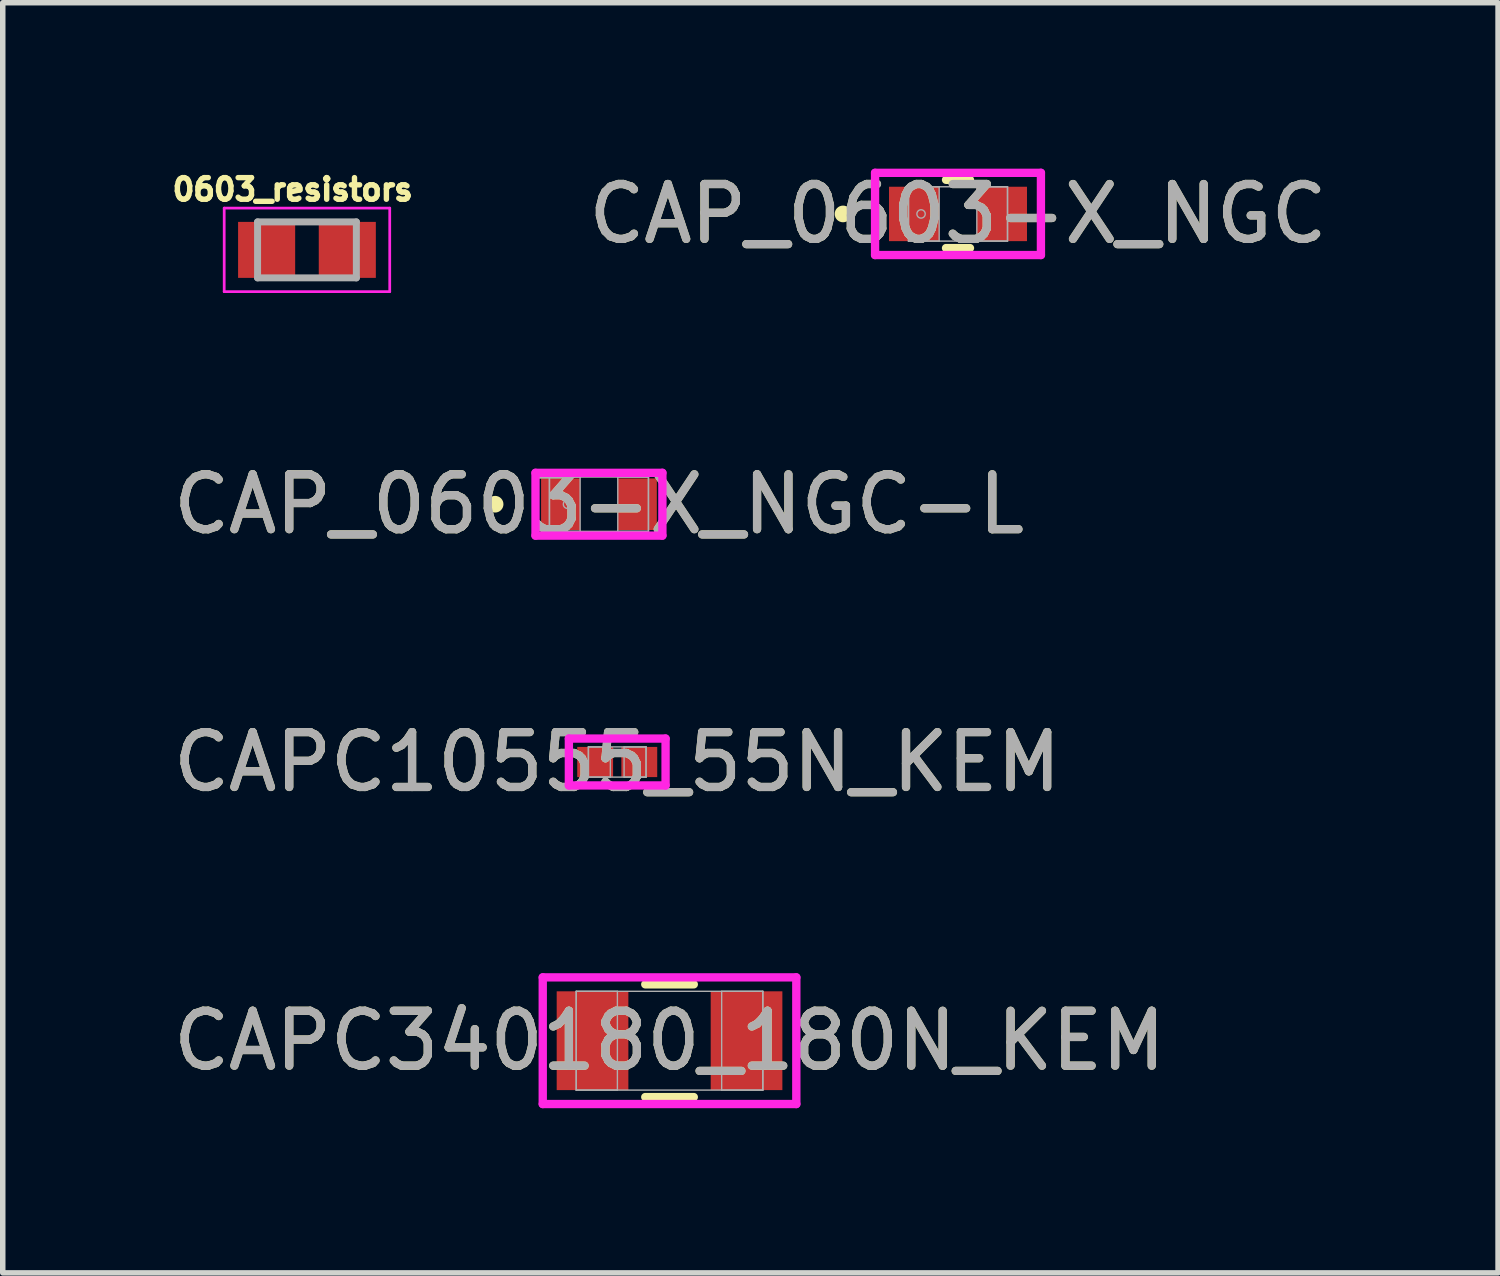
<source format=kicad_pcb>
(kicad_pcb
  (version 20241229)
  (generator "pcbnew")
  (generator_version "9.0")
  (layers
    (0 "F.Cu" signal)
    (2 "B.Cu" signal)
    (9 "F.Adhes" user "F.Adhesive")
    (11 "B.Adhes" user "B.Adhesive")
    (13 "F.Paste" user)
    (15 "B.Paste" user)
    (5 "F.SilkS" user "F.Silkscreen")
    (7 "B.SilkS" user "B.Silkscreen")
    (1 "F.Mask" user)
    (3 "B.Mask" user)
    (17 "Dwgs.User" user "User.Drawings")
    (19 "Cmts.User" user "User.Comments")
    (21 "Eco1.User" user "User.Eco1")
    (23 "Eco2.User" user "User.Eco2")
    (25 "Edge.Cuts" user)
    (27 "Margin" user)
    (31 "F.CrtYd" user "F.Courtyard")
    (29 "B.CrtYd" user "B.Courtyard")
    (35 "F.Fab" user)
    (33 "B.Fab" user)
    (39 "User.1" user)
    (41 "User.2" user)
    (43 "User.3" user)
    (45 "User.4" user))
  (footprint "0603_resistors"
    (layer "F.Cu")
    (at 2.543 1.503)
    (property "Reference" "0603_resistors" (at -0.26 -1.1 0) (layer "F.SilkS") (effects (font (size 0.394 0.394) (thickness 0.15))))
    (attr smd)
    (fp_line (start -1.508 -0.761) (end 1.508 -0.761) (stroke (width 0.05) (type solid)) (layer "F.CrtYd"))
    (fp_line (start -1.508 0.761) (end -1.508 -0.761) (stroke (width 0.05) (type solid)) (layer "F.CrtYd"))
    (fp_line (start -1.508 0.761) (end 1.508 0.761) (stroke (width 0.05) (type solid)) (layer "F.CrtYd"))
    (fp_line (start 1.508 0.761) (end 1.508 -0.761) (stroke (width 0.05) (type solid)) (layer "F.CrtYd"))
    (fp_line (start -0.9 0.51) (end -0.9 -0.51) (stroke (width 0.127) (type solid)) (layer "F.Fab"))
    (fp_line (start 0.9 -0.51) (end -0.9 -0.51) (stroke (width 0.127) (type solid)) (layer "F.Fab"))
    (fp_line (start 0.9 0.51) (end -0.9 0.51) (stroke (width 0.127) (type solid)) (layer "F.Fab"))
    (fp_line (start 0.9 0.51) (end 0.9 -0.51) (stroke (width 0.127) (type solid)) (layer "F.Fab"))
    (pad "1" smd rect (at -0.735 0) (size 1.04 1.02) (layers "F.Cu" "F.Mask" "F.Paste"))
    (pad "2" smd rect (at 0.735 0) (size 1.04 1.02) (layers "F.Cu" "F.Mask" "F.Paste")))
  (footprint "CAP_0603-X_NGC-L"
    (layer "F.Cu")
    (at 7.863 6.137)
    (property "Reference" "CAP_0603-X_NGC-L" (at 0 0 0) (unlocked yes) (layer "F.SilkS") (effects (font (size 1 1) (thickness 0.15))))
    (attr smd)
    (fp_circle (center -1.892 0) (end -1.816 0) (stroke (width 0.152) (type solid)) (fill no) (layer "F.SilkS"))
    (fp_line (start -1.156 -0.572) (end 1.156 -0.572) (stroke (width 0.152) (type solid)) (layer "F.CrtYd"))
    (fp_line (start -1.156 0.572) (end -1.156 -0.572) (stroke (width 0.152) (type solid)) (layer "F.CrtYd"))
    (fp_line (start 1.156 -0.572) (end 1.156 0.572) (stroke (width 0.152) (type solid)) (layer "F.CrtYd"))
    (fp_line (start 1.156 0.572) (end -1.156 0.572) (stroke (width 0.152) (type solid)) (layer "F.CrtYd"))
    (fp_line (start -0.902 -0.495) (end -0.902 0.495) (stroke (width 0.025) (type solid)) (layer "F.Fab"))
    (fp_line (start -0.902 -0.495) (end -0.902 0.495) (stroke (width 0.025) (type solid)) (layer "F.Fab"))
    (fp_line (start -0.902 0.495) (end -0.343 0.495) (stroke (width 0.025) (type solid)) (layer "F.Fab"))
    (fp_line (start -0.902 0.495) (end 0.902 0.495) (stroke (width 0.025) (type solid)) (layer "F.Fab"))
    (fp_line (start -0.343 -0.495) (end -0.902 -0.495) (stroke (width 0.025) (type solid)) (layer "F.Fab"))
    (fp_line (start -0.343 0.495) (end -0.343 -0.495) (stroke (width 0.025) (type solid)) (layer "F.Fab"))
    (fp_line (start 0.343 -0.495) (end 0.343 0.495) (stroke (width 0.025) (type solid)) (layer "F.Fab"))
    (fp_line (start 0.343 0.495) (end 0.902 0.495) (stroke (width 0.025) (type solid)) (layer "F.Fab"))
    (fp_line (start 0.902 -0.495) (end -0.902 -0.495) (stroke (width 0.025) (type solid)) (layer "F.Fab"))
    (fp_line (start 0.902 -0.495) (end 0.343 -0.495) (stroke (width 0.025) (type solid)) (layer "F.Fab"))
    (fp_line (start 0.902 0.495) (end 0.902 -0.495) (stroke (width 0.025) (type solid)) (layer "F.Fab"))
    (fp_line (start 0.902 0.495) (end 0.902 -0.495) (stroke (width 0.025) (type solid)) (layer "F.Fab"))
    (fp_circle (center -0.572 0) (end -0.495 0) (stroke (width 0.025) (type solid)) (fill no) (layer "F.Fab"))
    (fp_text user "${REFERENCE}" (at 0 0 0) (unlocked yes) (layer "F.Fab") (effects (font (size 1 1) (thickness 0.15))))
    (pad "1" smd rect (at -0.699 0) (size 0.711 0.94) (layers "F.Cu" "F.Mask" "F.Paste"))
    (pad "2" smd rect (at 0.699 0) (size 0.711 0.94) (layers "F.Cu" "F.Mask" "F.Paste"))
    (zone (net_name "") (layer "F.Cu") (hatch full 0.508) (connect_pads) (min_thickness 0.254) (filled_areas_thickness no) (keepout (tracks not_allowed) (vias not_allowed) (pads allowed) (copperpour not_allowed) (footprints allowed)) (placement (enabled no)) (fill) (polygon (pts (xy 7.571 5.693) (xy 8.155 5.693) (xy 8.155 6.582) (xy 7.571 6.582)))))
  (footprint "CAPC340180_180N_KEM"
    (layer "F.Cu")
    (at 9.149 15.912)
    (property "Reference" "CAPC340180_180N_KEM" (at 0 0 0) (unlocked yes) (layer "F.SilkS") (effects (font (size 1 1) (thickness 0.15))))
    (attr smd)
    (fp_line (start -0.442 1.027) (end 0.442 1.027) (stroke (width 0.152) (type solid)) (layer "F.SilkS"))
    (fp_line (start 0.442 -1.027) (end -0.442 -1.027) (stroke (width 0.152) (type solid)) (layer "F.SilkS"))
    (fp_line (start -2.31 -1.154) (end 2.31 -1.154) (stroke (width 0.152) (type solid)) (layer "F.CrtYd"))
    (fp_line (start -2.31 1.154) (end -2.31 -1.154) (stroke (width 0.152) (type solid)) (layer "F.CrtYd"))
    (fp_line (start 2.31 -1.154) (end 2.31 1.154) (stroke (width 0.152) (type solid)) (layer "F.CrtYd"))
    (fp_line (start 2.31 1.154) (end -2.31 1.154) (stroke (width 0.152) (type solid)) (layer "F.CrtYd"))
    (fp_line (start -1.7 -0.9) (end -1.7 0.9) (stroke (width 0.025) (type solid)) (layer "F.Fab"))
    (fp_line (start -1.7 -0.9) (end -1.7 0.9) (stroke (width 0.025) (type solid)) (layer "F.Fab"))
    (fp_line (start -1.7 0.9) (end -0.95 0.9) (stroke (width 0.025) (type solid)) (layer "F.Fab"))
    (fp_line (start -1.7 0.9) (end 1.7 0.9) (stroke (width 0.025) (type solid)) (layer "F.Fab"))
    (fp_line (start -0.95 -0.9) (end -1.7 -0.9) (stroke (width 0.025) (type solid)) (layer "F.Fab"))
    (fp_line (start -0.95 0.9) (end -0.95 -0.9) (stroke (width 0.025) (type solid)) (layer "F.Fab"))
    (fp_line (start 0.95 -0.9) (end 0.95 0.9) (stroke (width 0.025) (type solid)) (layer "F.Fab"))
    (fp_line (start 0.95 0.9) (end 1.7 0.9) (stroke (width 0.025) (type solid)) (layer "F.Fab"))
    (fp_line (start 1.7 -0.9) (end -1.7 -0.9) (stroke (width 0.025) (type solid)) (layer "F.Fab"))
    (fp_line (start 1.7 -0.9) (end 0.95 -0.9) (stroke (width 0.025) (type solid)) (layer "F.Fab"))
    (fp_line (start 1.7 0.9) (end 1.7 -0.9) (stroke (width 0.025) (type solid)) (layer "F.Fab"))
    (fp_line (start 1.7 0.9) (end 1.7 -0.9) (stroke (width 0.025) (type solid)) (layer "F.Fab"))
    (fp_text user "${REFERENCE}" (at 0 0 0) (unlocked yes) (layer "F.Fab") (effects (font (size 1 1) (thickness 0.15))))
    (pad "1" smd rect (at -1.403 0) (size 1.306 1.8) (layers "F.Cu" "F.Mask" "F.Paste"))
    (pad "2" smd rect (at 1.403 0) (size 1.306 1.8) (layers "F.Cu" "F.Mask" "F.Paste"))
    (zone (net_name "") (layer "F.Cu") (hatch full 0.508) (connect_pads) (min_thickness 0.254) (filled_areas_thickness no) (keepout (tracks not_allowed) (vias not_allowed) (pads allowed) (copperpour not_allowed) (footprints allowed)) (placement (enabled no)) (fill) (polygon (pts (xy 8.45 15.063) (xy 9.848 15.063) (xy 9.848 16.761) (xy 8.45 16.761)))))
  (footprint "CAPC10555_55N_KEM"
    (layer "F.Cu")
    (at 8.196 10.834)
    (property "Reference" "CAPC10555_55N_KEM" (at 0 0 0) (unlocked yes) (layer "F.SilkS") (effects (font (size 1 1) (thickness 0.15))))
    (attr smd)
    (fp_line (start -0.881 -0.427) (end 0.881 -0.427) (stroke (width 0.152) (type solid)) (layer "F.CrtYd"))
    (fp_line (start -0.881 0.427) (end -0.881 -0.427) (stroke (width 0.152) (type solid)) (layer "F.CrtYd"))
    (fp_line (start 0.881 -0.427) (end 0.881 0.427) (stroke (width 0.152) (type solid)) (layer "F.CrtYd"))
    (fp_line (start 0.881 0.427) (end -0.881 0.427) (stroke (width 0.152) (type solid)) (layer "F.CrtYd"))
    (fp_line (start -0.525 -0.275) (end -0.525 0.275) (stroke (width 0.025) (type solid)) (layer "F.Fab"))
    (fp_line (start -0.525 -0.275) (end -0.525 0.275) (stroke (width 0.025) (type solid)) (layer "F.Fab"))
    (fp_line (start -0.525 0.275) (end -0.125 0.275) (stroke (width 0.025) (type solid)) (layer "F.Fab"))
    (fp_line (start -0.525 0.275) (end 0.525 0.275) (stroke (width 0.025) (type solid)) (layer "F.Fab"))
    (fp_line (start -0.125 -0.275) (end -0.525 -0.275) (stroke (width 0.025) (type solid)) (layer "F.Fab"))
    (fp_line (start -0.125 0.275) (end -0.125 -0.275) (stroke (width 0.025) (type solid)) (layer "F.Fab"))
    (fp_line (start 0.125 -0.275) (end 0.125 0.275) (stroke (width 0.025) (type solid)) (layer "F.Fab"))
    (fp_line (start 0.125 0.275) (end 0.525 0.275) (stroke (width 0.025) (type solid)) (layer "F.Fab"))
    (fp_line (start 0.525 -0.275) (end -0.525 -0.275) (stroke (width 0.025) (type solid)) (layer "F.Fab"))
    (fp_line (start 0.525 -0.275) (end 0.125 -0.275) (stroke (width 0.025) (type solid)) (layer "F.Fab"))
    (fp_line (start 0.525 0.275) (end 0.525 -0.275) (stroke (width 0.025) (type solid)) (layer "F.Fab"))
    (fp_line (start 0.525 0.275) (end 0.525 -0.275) (stroke (width 0.025) (type solid)) (layer "F.Fab"))
    (fp_text user "${REFERENCE}" (at 0 0 0) (unlocked yes) (layer "F.Fab") (effects (font (size 1 1) (thickness 0.15))))
    (pad "1" smd rect (at -0.402 0) (size 0.653 0.55) (layers "F.Cu" "F.Mask" "F.Paste"))
    (pad "2" smd rect (at 0.402 0) (size 0.653 0.55) (layers "F.Cu" "F.Mask" "F.Paste"))
    (zone (net_name "") (layer "F.Cu") (hatch full 0.508) (connect_pads) (min_thickness 0.254) (filled_areas_thickness no) (keepout (tracks not_allowed) (vias not_allowed) (pads allowed) (copperpour not_allowed) (footprints allowed)) (placement (enabled no)) (fill) (polygon (pts (xy 8.172 10.61) (xy 8.221 10.61) (xy 8.221 11.058) (xy 8.172 11.058)))))
  (footprint "CAP_0603-X_NGC"
    (layer "F.Cu")
    (at 14.405 0.848)
    (property "Reference" "CAP_0603-X_NGC" (at 0 0 0) (unlocked yes) (layer "F.SilkS") (effects (font (size 1 1) (thickness 0.15))))
    (attr smd)
    (fp_line (start -0.218 0.622) (end 0.218 0.622) (stroke (width 0.152) (type solid)) (layer "F.SilkS"))
    (fp_line (start 0.218 -0.622) (end -0.218 -0.622) (stroke (width 0.152) (type solid)) (layer "F.SilkS"))
    (fp_circle (center -2.095 0) (end -2.019 0) (stroke (width 0.152) (type solid)) (fill no) (layer "F.SilkS"))
    (fp_line (start -1.511 -0.749) (end 1.511 -0.749) (stroke (width 0.152) (type solid)) (layer "F.CrtYd"))
    (fp_line (start -1.511 0.749) (end -1.511 -0.749) (stroke (width 0.152) (type solid)) (layer "F.CrtYd"))
    (fp_line (start 1.511 -0.749) (end 1.511 0.749) (stroke (width 0.152) (type solid)) (layer "F.CrtYd"))
    (fp_line (start 1.511 0.749) (end -1.511 0.749) (stroke (width 0.152) (type solid)) (layer "F.CrtYd"))
    (fp_line (start -0.902 -0.495) (end -0.902 0.495) (stroke (width 0.025) (type solid)) (layer "F.Fab"))
    (fp_line (start -0.902 -0.495) (end -0.902 0.495) (stroke (width 0.025) (type solid)) (layer "F.Fab"))
    (fp_line (start -0.902 0.495) (end -0.343 0.495) (stroke (width 0.025) (type solid)) (layer "F.Fab"))
    (fp_line (start -0.902 0.495) (end 0.902 0.495) (stroke (width 0.025) (type solid)) (layer "F.Fab"))
    (fp_line (start -0.343 -0.495) (end -0.902 -0.495) (stroke (width 0.025) (type solid)) (layer "F.Fab"))
    (fp_line (start -0.343 0.495) (end -0.343 -0.495) (stroke (width 0.025) (type solid)) (layer "F.Fab"))
    (fp_line (start 0.343 -0.495) (end 0.343 0.495) (stroke (width 0.025) (type solid)) (layer "F.Fab"))
    (fp_line (start 0.343 0.495) (end 0.902 0.495) (stroke (width 0.025) (type solid)) (layer "F.Fab"))
    (fp_line (start 0.902 -0.495) (end -0.902 -0.495) (stroke (width 0.025) (type solid)) (layer "F.Fab"))
    (fp_line (start 0.902 -0.495) (end 0.343 -0.495) (stroke (width 0.025) (type solid)) (layer "F.Fab"))
    (fp_line (start 0.902 0.495) (end 0.902 -0.495) (stroke (width 0.025) (type solid)) (layer "F.Fab"))
    (fp_line (start 0.902 0.495) (end 0.902 -0.495) (stroke (width 0.025) (type solid)) (layer "F.Fab"))
    (fp_circle (center -0.673 0) (end -0.597 0) (stroke (width 0.025) (type solid)) (fill no) (layer "F.Fab"))
    (fp_text user "${REFERENCE}" (at 0 0 0) (unlocked yes) (layer "F.Fab") (effects (font (size 1 1) (thickness 0.15))))
    (pad "1" smd rect (at -0.8 0) (size 0.914 0.991) (layers "F.Cu" "F.Mask" "F.Paste"))
    (pad "2" smd rect (at 0.8 0) (size 0.914 0.991) (layers "F.Cu" "F.Mask" "F.Paste"))
    (zone (net_name "") (layer "F.Cu") (hatch full 0.508) (connect_pads) (min_thickness 0.254) (filled_areas_thickness no) (keepout (tracks not_allowed) (vias not_allowed) (pads allowed) (copperpour not_allowed) (footprints allowed)) (placement (enabled no)) (fill) (polygon (pts (xy 14.113 0.404) (xy 14.697 0.404) (xy 14.697 1.293) (xy 14.113 1.293)))))
  (gr_rect
    (start -3 -3)
    (end 24.245 20.142)
    (stroke (width 0.1) (type default))
    (fill no)
    (layer "Edge.Cuts")))
</source>
